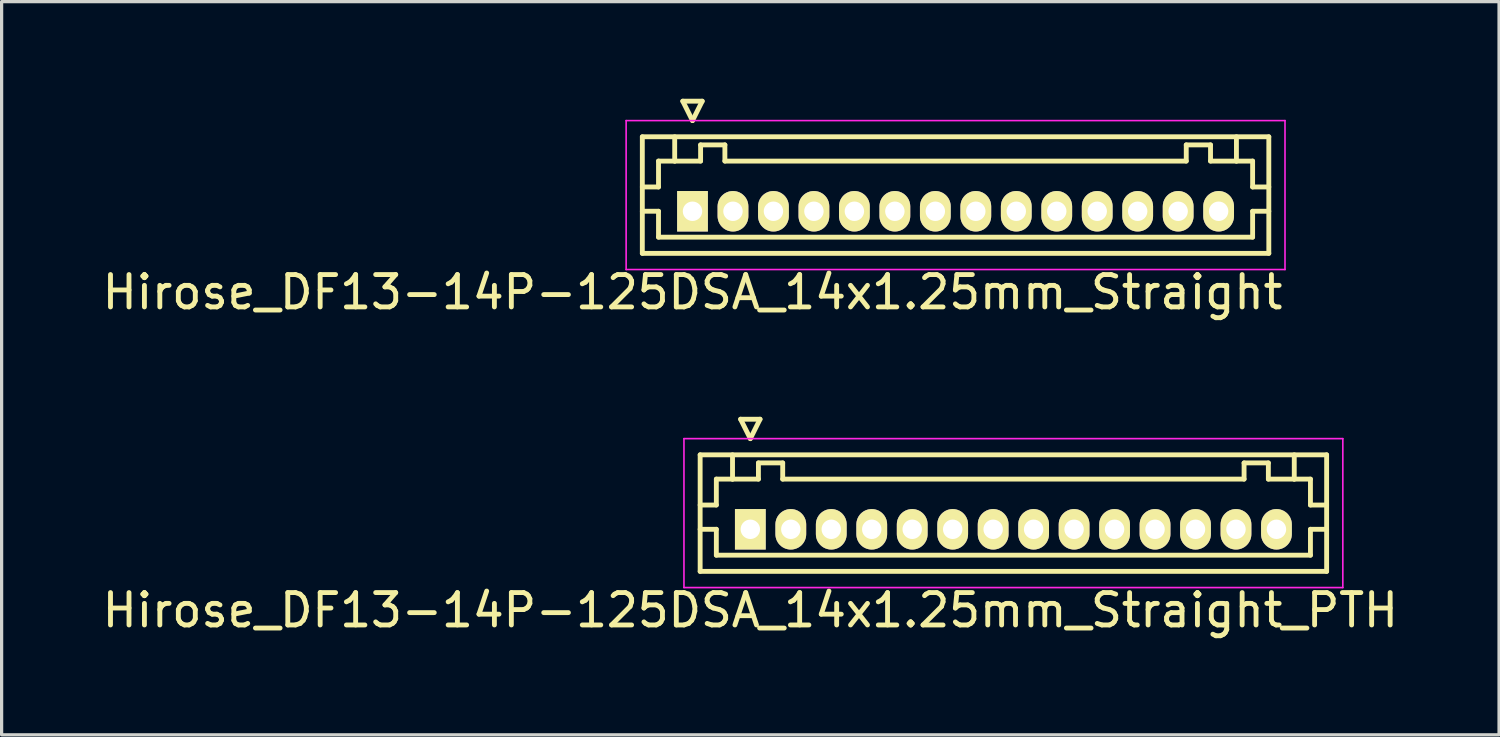
<source format=kicad_pcb>
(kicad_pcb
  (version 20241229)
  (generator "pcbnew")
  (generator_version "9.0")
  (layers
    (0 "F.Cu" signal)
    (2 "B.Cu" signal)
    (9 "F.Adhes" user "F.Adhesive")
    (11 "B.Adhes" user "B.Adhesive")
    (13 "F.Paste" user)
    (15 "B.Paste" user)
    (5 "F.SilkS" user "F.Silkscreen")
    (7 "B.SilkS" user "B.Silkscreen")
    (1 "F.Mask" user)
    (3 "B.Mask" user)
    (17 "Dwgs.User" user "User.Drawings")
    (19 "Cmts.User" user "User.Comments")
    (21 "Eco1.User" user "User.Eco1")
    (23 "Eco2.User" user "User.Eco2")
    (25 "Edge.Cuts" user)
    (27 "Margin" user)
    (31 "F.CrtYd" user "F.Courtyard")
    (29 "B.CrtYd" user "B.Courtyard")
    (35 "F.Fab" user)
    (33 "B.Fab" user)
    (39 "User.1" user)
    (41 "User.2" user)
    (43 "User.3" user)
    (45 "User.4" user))
  (footprint "Hirose_DF13-14P-125DSA_14x1.25mm_Straight_PTH"
    (layer "F.Cu")
    (at 20.125 13.298)
    (property "Reference" "Hirose_DF13-14P-125DSA_14x1.25mm_Straight_PTH" (at 0 2.5 0) (layer "F.SilkS") (effects (font (size 1 1) (thickness 0.15))))
    (attr through_hole)
    (fp_line (start -1.55 -2.3) (end -1.55 1.3) (stroke (width 0.15) (type solid)) (layer "F.SilkS"))
    (fp_line (start -1.55 -0.75) (end -1.05 -0.75) (stroke (width 0.15) (type solid)) (layer "F.SilkS"))
    (fp_line (start -1.55 0) (end -1.05 0) (stroke (width 0.15) (type solid)) (layer "F.SilkS"))
    (fp_line (start -1.55 1.3) (end 17.8 1.3) (stroke (width 0.15) (type solid)) (layer "F.SilkS"))
    (fp_line (start -1.05 -1.55) (end -0.55 -1.55) (stroke (width 0.15) (type solid)) (layer "F.SilkS"))
    (fp_line (start -1.05 -0.75) (end -1.05 -1.55) (stroke (width 0.15) (type solid)) (layer "F.SilkS"))
    (fp_line (start -1.05 0) (end -1.05 0.8) (stroke (width 0.15) (type solid)) (layer "F.SilkS"))
    (fp_line (start -1.05 0.8) (end 17.3 0.8) (stroke (width 0.15) (type solid)) (layer "F.SilkS"))
    (fp_line (start -0.55 -1.55) (end -0.55 -2.3) (stroke (width 0.15) (type solid)) (layer "F.SilkS"))
    (fp_line (start -0.55 -1.55) (end 0.25 -1.55) (stroke (width 0.15) (type solid)) (layer "F.SilkS"))
    (fp_line (start -0.3 -3.4) (end 0.3 -3.4) (stroke (width 0.15) (type solid)) (layer "F.SilkS"))
    (fp_line (start 0 -2.8) (end -0.3 -3.4) (stroke (width 0.15) (type solid)) (layer "F.SilkS"))
    (fp_line (start 0.25 -2.05) (end 1 -2.05) (stroke (width 0.15) (type solid)) (layer "F.SilkS"))
    (fp_line (start 0.25 -1.55) (end 0.25 -2.05) (stroke (width 0.15) (type solid)) (layer "F.SilkS"))
    (fp_line (start 0.3 -3.4) (end 0 -2.8) (stroke (width 0.15) (type solid)) (layer "F.SilkS"))
    (fp_line (start 1 -2.05) (end 1 -1.55) (stroke (width 0.15) (type solid)) (layer "F.SilkS"))
    (fp_line (start 1 -1.55) (end 15.25 -1.55) (stroke (width 0.15) (type solid)) (layer "F.SilkS"))
    (fp_line (start 15.25 -2.05) (end 16 -2.05) (stroke (width 0.15) (type solid)) (layer "F.SilkS"))
    (fp_line (start 15.25 -1.55) (end 15.25 -2.05) (stroke (width 0.15) (type solid)) (layer "F.SilkS"))
    (fp_line (start 16 -2.05) (end 16 -1.55) (stroke (width 0.15) (type solid)) (layer "F.SilkS"))
    (fp_line (start 16 -1.55) (end 16.8 -1.55) (stroke (width 0.15) (type solid)) (layer "F.SilkS"))
    (fp_line (start 16.8 -1.55) (end 16.8 -2.3) (stroke (width 0.15) (type solid)) (layer "F.SilkS"))
    (fp_line (start 17.3 -1.55) (end 16.8 -1.55) (stroke (width 0.15) (type solid)) (layer "F.SilkS"))
    (fp_line (start 17.3 -0.75) (end 17.3 -1.55) (stroke (width 0.15) (type solid)) (layer "F.SilkS"))
    (fp_line (start 17.3 0) (end 17.8 0) (stroke (width 0.15) (type solid)) (layer "F.SilkS"))
    (fp_line (start 17.3 0.8) (end 17.3 0) (stroke (width 0.15) (type solid)) (layer "F.SilkS"))
    (fp_line (start 17.8 -2.3) (end -1.55 -2.3) (stroke (width 0.15) (type solid)) (layer "F.SilkS"))
    (fp_line (start 17.8 -0.75) (end 17.3 -0.75) (stroke (width 0.15) (type solid)) (layer "F.SilkS"))
    (fp_line (start 17.8 1.3) (end 17.8 -2.3) (stroke (width 0.15) (type solid)) (layer "F.SilkS"))
    (fp_line (start -2.05 -2.8) (end -2.05 1.8) (stroke (width 0.05) (type solid)) (layer "F.CrtYd"))
    (fp_line (start -2.05 1.8) (end 18.3 1.8) (stroke (width 0.05) (type solid)) (layer "F.CrtYd"))
    (fp_line (start 18.3 -2.8) (end -2.05 -2.8) (stroke (width 0.05) (type solid)) (layer "F.CrtYd"))
    (fp_line (start 18.3 1.8) (end 18.3 -2.8) (stroke (width 0.05) (type solid)) (layer "F.CrtYd"))
    (pad "1" thru_hole rect (at 0 0) (size 0.95 1.25) (drill 0.6) (layers "*.Cu" "*.Mask" "F.SilkS"))
    (pad "2" thru_hole oval (at 1.25 0) (size 0.95 1.25) (drill 0.6) (layers "*.Cu" "*.Mask" "F.SilkS"))
    (pad "3" thru_hole oval (at 2.5 0) (size 0.95 1.25) (drill 0.6) (layers "*.Cu" "*.Mask" "F.SilkS"))
    (pad "4" thru_hole oval (at 3.75 0) (size 0.95 1.25) (drill 0.6) (layers "*.Cu" "*.Mask" "F.SilkS"))
    (pad "5" thru_hole oval (at 5 0) (size 0.95 1.25) (drill 0.6) (layers "*.Cu" "*.Mask" "F.SilkS"))
    (pad "6" thru_hole oval (at 6.25 0) (size 0.95 1.25) (drill 0.6) (layers "*.Cu" "*.Mask" "F.SilkS"))
    (pad "7" thru_hole oval (at 7.5 0) (size 0.95 1.25) (drill 0.6) (layers "*.Cu" "*.Mask" "F.SilkS"))
    (pad "8" thru_hole oval (at 8.75 0) (size 0.95 1.25) (drill 0.6) (layers "*.Cu" "*.Mask" "F.SilkS"))
    (pad "9" thru_hole oval (at 10 0) (size 0.95 1.25) (drill 0.6) (layers "*.Cu" "*.Mask" "F.SilkS"))
    (pad "10" thru_hole oval (at 11.25 0) (size 0.95 1.25) (drill 0.6) (layers "*.Cu" "*.Mask" "F.SilkS"))
    (pad "11" thru_hole oval (at 12.5 0) (size 0.95 1.25) (drill 0.6) (layers "*.Cu" "*.Mask" "F.SilkS"))
    (pad "12" thru_hole oval (at 13.75 0) (size 0.95 1.25) (drill 0.6) (layers "*.Cu" "*.Mask" "F.SilkS"))
    (pad "13" thru_hole oval (at 15 0) (size 0.95 1.25) (drill 0.6) (layers "*.Cu" "*.Mask" "F.SilkS"))
    (pad "14" thru_hole oval (at 16.25 0) (size 0.95 1.25) (drill 0.6) (layers "*.Cu" "*.Mask" "F.SilkS")))
  (footprint "Hirose_DF13-14P-125DSA_14x1.25mm_Straight"
    (layer "F.Cu")
    (at 18.339 3.475)
    (property "Reference" "Hirose_DF13-14P-125DSA_14x1.25mm_Straight" (at 0 2.5 0) (layer "F.SilkS") (effects (font (size 1 1) (thickness 0.15))))
    (attr through_hole)
    (fp_line (start -1.55 -2.3) (end -1.55 1.3) (stroke (width 0.15) (type solid)) (layer "F.SilkS"))
    (fp_line (start -1.55 -0.75) (end -1.05 -0.75) (stroke (width 0.15) (type solid)) (layer "F.SilkS"))
    (fp_line (start -1.55 0) (end -1.05 0) (stroke (width 0.15) (type solid)) (layer "F.SilkS"))
    (fp_line (start -1.55 1.3) (end 17.8 1.3) (stroke (width 0.15) (type solid)) (layer "F.SilkS"))
    (fp_line (start -1.05 -1.55) (end -0.55 -1.55) (stroke (width 0.15) (type solid)) (layer "F.SilkS"))
    (fp_line (start -1.05 -0.75) (end -1.05 -1.55) (stroke (width 0.15) (type solid)) (layer "F.SilkS"))
    (fp_line (start -1.05 0) (end -1.05 0.8) (stroke (width 0.15) (type solid)) (layer "F.SilkS"))
    (fp_line (start -1.05 0.8) (end 17.3 0.8) (stroke (width 0.15) (type solid)) (layer "F.SilkS"))
    (fp_line (start -0.55 -1.55) (end -0.55 -2.3) (stroke (width 0.15) (type solid)) (layer "F.SilkS"))
    (fp_line (start -0.55 -1.55) (end 0.25 -1.55) (stroke (width 0.15) (type solid)) (layer "F.SilkS"))
    (fp_line (start -0.3 -3.4) (end 0.3 -3.4) (stroke (width 0.15) (type solid)) (layer "F.SilkS"))
    (fp_line (start 0 -2.8) (end -0.3 -3.4) (stroke (width 0.15) (type solid)) (layer "F.SilkS"))
    (fp_line (start 0.25 -2.05) (end 1 -2.05) (stroke (width 0.15) (type solid)) (layer "F.SilkS"))
    (fp_line (start 0.25 -1.55) (end 0.25 -2.05) (stroke (width 0.15) (type solid)) (layer "F.SilkS"))
    (fp_line (start 0.3 -3.4) (end 0 -2.8) (stroke (width 0.15) (type solid)) (layer "F.SilkS"))
    (fp_line (start 1 -2.05) (end 1 -1.55) (stroke (width 0.15) (type solid)) (layer "F.SilkS"))
    (fp_line (start 1 -1.55) (end 15.25 -1.55) (stroke (width 0.15) (type solid)) (layer "F.SilkS"))
    (fp_line (start 15.25 -2.05) (end 16 -2.05) (stroke (width 0.15) (type solid)) (layer "F.SilkS"))
    (fp_line (start 15.25 -1.55) (end 15.25 -2.05) (stroke (width 0.15) (type solid)) (layer "F.SilkS"))
    (fp_line (start 16 -2.05) (end 16 -1.55) (stroke (width 0.15) (type solid)) (layer "F.SilkS"))
    (fp_line (start 16 -1.55) (end 16.8 -1.55) (stroke (width 0.15) (type solid)) (layer "F.SilkS"))
    (fp_line (start 16.8 -1.55) (end 16.8 -2.3) (stroke (width 0.15) (type solid)) (layer "F.SilkS"))
    (fp_line (start 17.3 -1.55) (end 16.8 -1.55) (stroke (width 0.15) (type solid)) (layer "F.SilkS"))
    (fp_line (start 17.3 -0.75) (end 17.3 -1.55) (stroke (width 0.15) (type solid)) (layer "F.SilkS"))
    (fp_line (start 17.3 0) (end 17.8 0) (stroke (width 0.15) (type solid)) (layer "F.SilkS"))
    (fp_line (start 17.3 0.8) (end 17.3 0) (stroke (width 0.15) (type solid)) (layer "F.SilkS"))
    (fp_line (start 17.8 -2.3) (end -1.55 -2.3) (stroke (width 0.15) (type solid)) (layer "F.SilkS"))
    (fp_line (start 17.8 -0.75) (end 17.3 -0.75) (stroke (width 0.15) (type solid)) (layer "F.SilkS"))
    (fp_line (start 17.8 1.3) (end 17.8 -2.3) (stroke (width 0.15) (type solid)) (layer "F.SilkS"))
    (fp_line (start -2.05 -2.8) (end -2.05 1.8) (stroke (width 0.05) (type solid)) (layer "F.CrtYd"))
    (fp_line (start -2.05 1.8) (end 18.3 1.8) (stroke (width 0.05) (type solid)) (layer "F.CrtYd"))
    (fp_line (start 18.3 -2.8) (end -2.05 -2.8) (stroke (width 0.05) (type solid)) (layer "F.CrtYd"))
    (fp_line (start 18.3 1.8) (end 18.3 -2.8) (stroke (width 0.05) (type solid)) (layer "F.CrtYd"))
    (pad "1" thru_hole rect (at 0 0) (size 0.95 1.25) (drill 0.6) (layers "*.Cu" "*.Mask" "F.SilkS"))
    (pad "2" thru_hole oval (at 1.25 0) (size 0.95 1.25) (drill 0.6) (layers "*.Cu" "*.Mask" "F.SilkS"))
    (pad "3" thru_hole oval (at 2.5 0) (size 0.95 1.25) (drill 0.6) (layers "*.Cu" "*.Mask" "F.SilkS"))
    (pad "4" thru_hole oval (at 3.75 0) (size 0.95 1.25) (drill 0.6) (layers "*.Cu" "*.Mask" "F.SilkS"))
    (pad "5" thru_hole oval (at 5 0) (size 0.95 1.25) (drill 0.6) (layers "*.Cu" "*.Mask" "F.SilkS"))
    (pad "6" thru_hole oval (at 6.25 0) (size 0.95 1.25) (drill 0.6) (layers "*.Cu" "*.Mask" "F.SilkS"))
    (pad "7" thru_hole oval (at 7.5 0) (size 0.95 1.25) (drill 0.6) (layers "*.Cu" "*.Mask" "F.SilkS"))
    (pad "8" thru_hole oval (at 8.75 0) (size 0.95 1.25) (drill 0.6) (layers "*.Cu" "*.Mask" "F.SilkS"))
    (pad "9" thru_hole oval (at 10 0) (size 0.95 1.25) (drill 0.6) (layers "*.Cu" "*.Mask" "F.SilkS"))
    (pad "10" thru_hole oval (at 11.25 0) (size 0.95 1.25) (drill 0.6) (layers "*.Cu" "*.Mask" "F.SilkS"))
    (pad "11" thru_hole oval (at 12.5 0) (size 0.95 1.25) (drill 0.6) (layers "*.Cu" "*.Mask" "F.SilkS"))
    (pad "12" thru_hole oval (at 13.75 0) (size 0.95 1.25) (drill 0.6) (layers "*.Cu" "*.Mask" "F.SilkS"))
    (pad "13" thru_hole oval (at 15 0) (size 0.95 1.25) (drill 0.6) (layers "*.Cu" "*.Mask" "F.SilkS"))
    (pad "14" thru_hole oval (at 16.25 0) (size 0.95 1.25) (drill 0.6) (layers "*.Cu" "*.Mask" "F.SilkS")))
  (gr_rect
    (start -3 -3)
    (end 43.25 19.646)
    (stroke (width 0.1) (type default))
    (fill no)
    (layer "Edge.Cuts")))
</source>
